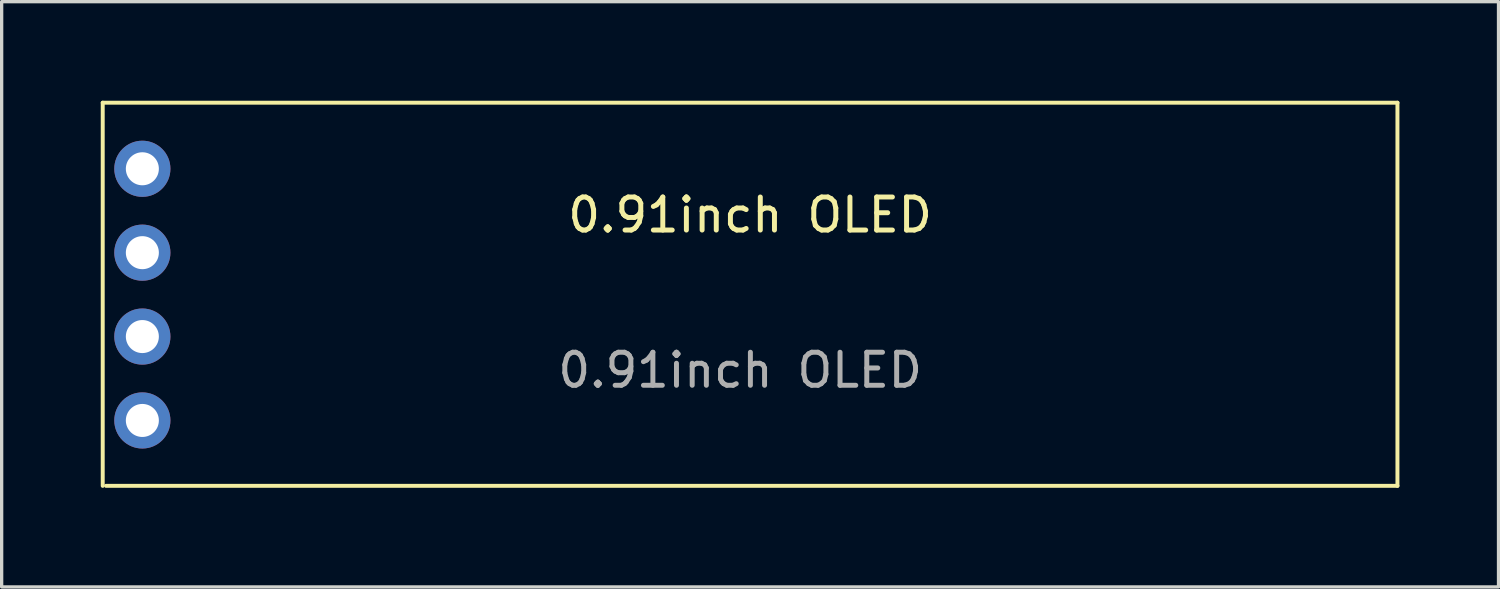
<source format=kicad_pcb>
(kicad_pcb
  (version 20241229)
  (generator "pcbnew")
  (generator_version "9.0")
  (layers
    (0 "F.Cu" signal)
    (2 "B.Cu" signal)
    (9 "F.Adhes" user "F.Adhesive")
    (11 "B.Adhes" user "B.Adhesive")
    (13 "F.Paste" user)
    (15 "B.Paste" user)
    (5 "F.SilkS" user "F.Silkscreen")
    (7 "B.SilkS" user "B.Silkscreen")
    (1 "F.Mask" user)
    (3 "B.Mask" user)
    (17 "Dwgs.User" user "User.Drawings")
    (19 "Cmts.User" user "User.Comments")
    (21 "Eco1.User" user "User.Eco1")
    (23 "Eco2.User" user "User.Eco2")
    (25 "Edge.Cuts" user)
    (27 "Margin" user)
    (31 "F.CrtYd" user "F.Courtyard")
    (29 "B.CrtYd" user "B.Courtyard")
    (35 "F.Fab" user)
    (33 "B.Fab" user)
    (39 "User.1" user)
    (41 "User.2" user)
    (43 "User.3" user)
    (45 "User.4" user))
  (footprint "0.91inch OLED"
    (layer "F.Cu")
    (at 1.26 2.06)
    (property "Reference" "0.91inch OLED" (at 18.4 1.4 0) (unlocked yes) (layer "F.SilkS") (effects (font (size 1 1) (thickness 0.15))))
    (attr through_hole)
    (fp_line (start -1.2 -2) (end -1.2 9.6) (stroke (width 0.12) (type solid)) (layer "F.SilkS"))
    (fp_line (start -1.2 -2) (end 38 -2) (stroke (width 0.12) (type solid)) (layer "F.SilkS"))
    (fp_line (start -1.1 9.6) (end 38 9.6) (stroke (width 0.12) (type solid)) (layer "F.SilkS"))
    (fp_line (start 38 -2) (end 38 9.6) (stroke (width 0.12) (type solid)) (layer "F.SilkS"))
    (fp_text user "${REFERENCE}" (at 18.1 6.1 0) (unlocked yes) (layer "F.Fab") (effects (font (size 1 1) (thickness 0.15))))
    (pad "1" thru_hole circle (at 0 0) (size 1.7 1.7) (drill 1) (layers "*.Cu" "*.Mask"))
    (pad "2" thru_hole circle (at 0 2.54) (size 1.7 1.7) (drill 1) (layers "*.Cu" "*.Mask"))
    (pad "3" thru_hole circle (at 0 5.08) (size 1.7 1.7) (drill 1) (layers "*.Cu" "*.Mask"))
    (pad "4" thru_hole circle (at 0 7.62) (size 1.7 1.7) (drill 1) (layers "*.Cu" "*.Mask")))
  (gr_rect
    (start -3 -3)
    (end 42.32 14.72)
    (stroke (width 0.1) (type default))
    (fill no)
    (layer "Edge.Cuts")))
</source>
